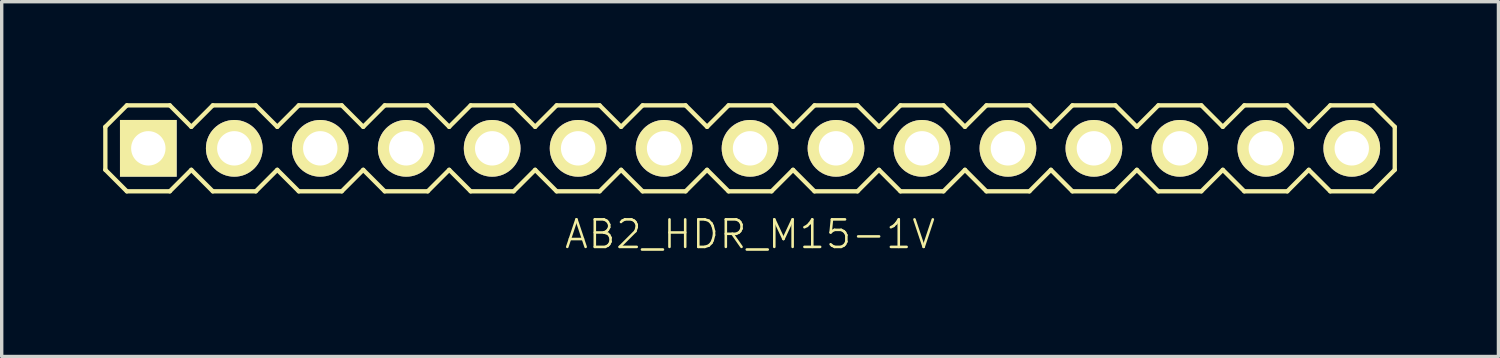
<source format=kicad_pcb>
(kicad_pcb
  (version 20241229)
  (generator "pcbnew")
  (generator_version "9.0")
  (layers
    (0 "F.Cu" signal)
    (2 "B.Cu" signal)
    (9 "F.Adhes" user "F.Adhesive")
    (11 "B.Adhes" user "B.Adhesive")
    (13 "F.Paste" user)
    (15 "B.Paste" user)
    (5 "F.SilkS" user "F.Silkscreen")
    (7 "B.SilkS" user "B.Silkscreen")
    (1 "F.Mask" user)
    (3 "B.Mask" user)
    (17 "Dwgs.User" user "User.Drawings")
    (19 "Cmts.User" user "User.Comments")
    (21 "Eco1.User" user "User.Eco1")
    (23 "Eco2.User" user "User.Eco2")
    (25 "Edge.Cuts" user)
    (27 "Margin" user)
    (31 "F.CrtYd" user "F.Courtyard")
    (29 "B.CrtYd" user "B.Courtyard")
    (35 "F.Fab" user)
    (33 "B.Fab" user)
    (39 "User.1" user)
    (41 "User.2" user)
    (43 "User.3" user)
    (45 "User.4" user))
  (footprint "AB2_HDR_M15-1V"
    (layer "F.Cu")
    (at 19.113 1.333)
    (property "Reference" "AB2_HDR_M15-1V" (at 0 2.54 0) (layer "F.SilkS") (effects (font (size 0.813 0.813) (thickness 0.076))))
    (attr through_hole)
    (fp_line (start -19.05 -0.635) (end -18.415 -1.27) (stroke (width 0.127) (type solid)) (layer "F.SilkS"))
    (fp_line (start -19.05 0.635) (end -19.05 -0.635) (stroke (width 0.127) (type solid)) (layer "F.SilkS"))
    (fp_line (start -18.415 -1.27) (end -17.145 -1.27) (stroke (width 0.127) (type solid)) (layer "F.SilkS"))
    (fp_line (start -18.415 1.27) (end -19.05 0.635) (stroke (width 0.127) (type solid)) (layer "F.SilkS"))
    (fp_line (start -17.145 -1.27) (end -16.51 -0.635) (stroke (width 0.127) (type solid)) (layer "F.SilkS"))
    (fp_line (start -17.145 1.27) (end -18.415 1.27) (stroke (width 0.127) (type solid)) (layer "F.SilkS"))
    (fp_line (start -16.51 -0.635) (end -15.875 -1.27) (stroke (width 0.127) (type solid)) (layer "F.SilkS"))
    (fp_line (start -16.51 0.635) (end -17.145 1.27) (stroke (width 0.127) (type solid)) (layer "F.SilkS"))
    (fp_line (start -15.875 -1.27) (end -14.605 -1.27) (stroke (width 0.127) (type solid)) (layer "F.SilkS"))
    (fp_line (start -15.875 1.27) (end -16.51 0.635) (stroke (width 0.127) (type solid)) (layer "F.SilkS"))
    (fp_line (start -14.605 -1.27) (end -13.97 -0.635) (stroke (width 0.127) (type solid)) (layer "F.SilkS"))
    (fp_line (start -14.605 1.27) (end -15.875 1.27) (stroke (width 0.127) (type solid)) (layer "F.SilkS"))
    (fp_line (start -13.97 -0.635) (end -13.335 -1.27) (stroke (width 0.127) (type solid)) (layer "F.SilkS"))
    (fp_line (start -13.97 0.635) (end -14.605 1.27) (stroke (width 0.127) (type solid)) (layer "F.SilkS"))
    (fp_line (start -13.335 -1.27) (end -12.065 -1.27) (stroke (width 0.127) (type solid)) (layer "F.SilkS"))
    (fp_line (start -13.335 1.27) (end -13.97 0.635) (stroke (width 0.127) (type solid)) (layer "F.SilkS"))
    (fp_line (start -12.065 -1.27) (end -11.43 -0.635) (stroke (width 0.127) (type solid)) (layer "F.SilkS"))
    (fp_line (start -12.065 1.27) (end -13.335 1.27) (stroke (width 0.127) (type solid)) (layer "F.SilkS"))
    (fp_line (start -11.43 -0.635) (end -10.795 -1.27) (stroke (width 0.127) (type solid)) (layer "F.SilkS"))
    (fp_line (start -11.43 0.635) (end -12.065 1.27) (stroke (width 0.127) (type solid)) (layer "F.SilkS"))
    (fp_line (start -10.795 -1.27) (end -9.525 -1.27) (stroke (width 0.127) (type solid)) (layer "F.SilkS"))
    (fp_line (start -10.795 1.27) (end -11.43 0.635) (stroke (width 0.127) (type solid)) (layer "F.SilkS"))
    (fp_line (start -9.525 -1.27) (end -8.89 -0.635) (stroke (width 0.127) (type solid)) (layer "F.SilkS"))
    (fp_line (start -9.525 1.27) (end -10.795 1.27) (stroke (width 0.127) (type solid)) (layer "F.SilkS"))
    (fp_line (start -8.89 -0.635) (end -8.255 -1.27) (stroke (width 0.127) (type solid)) (layer "F.SilkS"))
    (fp_line (start -8.89 0.635) (end -9.525 1.27) (stroke (width 0.127) (type solid)) (layer "F.SilkS"))
    (fp_line (start -8.255 -1.27) (end -6.985 -1.27) (stroke (width 0.127) (type solid)) (layer "F.SilkS"))
    (fp_line (start -8.255 1.27) (end -8.89 0.635) (stroke (width 0.127) (type solid)) (layer "F.SilkS"))
    (fp_line (start -6.985 -1.27) (end -6.35 -0.635) (stroke (width 0.127) (type solid)) (layer "F.SilkS"))
    (fp_line (start -6.985 1.27) (end -8.255 1.27) (stroke (width 0.127) (type solid)) (layer "F.SilkS"))
    (fp_line (start -6.35 -0.635) (end -5.715 -1.27) (stroke (width 0.127) (type solid)) (layer "F.SilkS"))
    (fp_line (start -6.35 0.635) (end -6.985 1.27) (stroke (width 0.127) (type solid)) (layer "F.SilkS"))
    (fp_line (start -5.715 -1.27) (end -4.445 -1.27) (stroke (width 0.127) (type solid)) (layer "F.SilkS"))
    (fp_line (start -5.715 1.27) (end -6.35 0.635) (stroke (width 0.127) (type solid)) (layer "F.SilkS"))
    (fp_line (start -4.445 -1.27) (end -3.81 -0.635) (stroke (width 0.127) (type solid)) (layer "F.SilkS"))
    (fp_line (start -4.445 1.27) (end -5.715 1.27) (stroke (width 0.127) (type solid)) (layer "F.SilkS"))
    (fp_line (start -3.81 -0.635) (end -3.175 -1.27) (stroke (width 0.127) (type solid)) (layer "F.SilkS"))
    (fp_line (start -3.81 0.635) (end -4.445 1.27) (stroke (width 0.127) (type solid)) (layer "F.SilkS"))
    (fp_line (start -3.175 -1.27) (end -1.905 -1.27) (stroke (width 0.127) (type solid)) (layer "F.SilkS"))
    (fp_line (start -3.175 1.27) (end -3.81 0.635) (stroke (width 0.127) (type solid)) (layer "F.SilkS"))
    (fp_line (start -1.905 -1.27) (end -1.27 -0.635) (stroke (width 0.127) (type solid)) (layer "F.SilkS"))
    (fp_line (start -1.905 1.27) (end -3.175 1.27) (stroke (width 0.127) (type solid)) (layer "F.SilkS"))
    (fp_line (start -1.27 -0.635) (end -0.635 -1.27) (stroke (width 0.127) (type solid)) (layer "F.SilkS"))
    (fp_line (start -1.27 0.635) (end -1.905 1.27) (stroke (width 0.127) (type solid)) (layer "F.SilkS"))
    (fp_line (start -0.635 -1.27) (end 0.635 -1.27) (stroke (width 0.127) (type solid)) (layer "F.SilkS"))
    (fp_line (start -0.635 1.27) (end -1.27 0.635) (stroke (width 0.127) (type solid)) (layer "F.SilkS"))
    (fp_line (start 0.635 -1.27) (end 1.27 -0.635) (stroke (width 0.127) (type solid)) (layer "F.SilkS"))
    (fp_line (start 0.635 1.27) (end -0.635 1.27) (stroke (width 0.127) (type solid)) (layer "F.SilkS"))
    (fp_line (start 1.27 -0.635) (end 1.905 -1.27) (stroke (width 0.127) (type solid)) (layer "F.SilkS"))
    (fp_line (start 1.27 0.635) (end 0.635 1.27) (stroke (width 0.127) (type solid)) (layer "F.SilkS"))
    (fp_line (start 1.905 -1.27) (end 3.175 -1.27) (stroke (width 0.127) (type solid)) (layer "F.SilkS"))
    (fp_line (start 1.905 1.27) (end 1.27 0.635) (stroke (width 0.127) (type solid)) (layer "F.SilkS"))
    (fp_line (start 3.175 -1.27) (end 3.81 -0.635) (stroke (width 0.127) (type solid)) (layer "F.SilkS"))
    (fp_line (start 3.175 1.27) (end 1.905 1.27) (stroke (width 0.127) (type solid)) (layer "F.SilkS"))
    (fp_line (start 3.81 -0.635) (end 4.445 -1.27) (stroke (width 0.127) (type solid)) (layer "F.SilkS"))
    (fp_line (start 3.81 0.635) (end 3.175 1.27) (stroke (width 0.127) (type solid)) (layer "F.SilkS"))
    (fp_line (start 4.445 -1.27) (end 5.715 -1.27) (stroke (width 0.127) (type solid)) (layer "F.SilkS"))
    (fp_line (start 4.445 1.27) (end 3.81 0.635) (stroke (width 0.127) (type solid)) (layer "F.SilkS"))
    (fp_line (start 5.715 -1.27) (end 6.35 -0.635) (stroke (width 0.127) (type solid)) (layer "F.SilkS"))
    (fp_line (start 5.715 1.27) (end 4.445 1.27) (stroke (width 0.127) (type solid)) (layer "F.SilkS"))
    (fp_line (start 6.35 -0.635) (end 6.985 -1.27) (stroke (width 0.127) (type solid)) (layer "F.SilkS"))
    (fp_line (start 6.35 0.635) (end 5.715 1.27) (stroke (width 0.127) (type solid)) (layer "F.SilkS"))
    (fp_line (start 6.985 -1.27) (end 8.255 -1.27) (stroke (width 0.127) (type solid)) (layer "F.SilkS"))
    (fp_line (start 6.985 1.27) (end 6.35 0.635) (stroke (width 0.127) (type solid)) (layer "F.SilkS"))
    (fp_line (start 8.255 -1.27) (end 8.89 -0.635) (stroke (width 0.127) (type solid)) (layer "F.SilkS"))
    (fp_line (start 8.255 1.27) (end 6.985 1.27) (stroke (width 0.127) (type solid)) (layer "F.SilkS"))
    (fp_line (start 8.89 -0.635) (end 9.525 -1.27) (stroke (width 0.127) (type solid)) (layer "F.SilkS"))
    (fp_line (start 8.89 0.635) (end 8.255 1.27) (stroke (width 0.127) (type solid)) (layer "F.SilkS"))
    (fp_line (start 9.525 -1.27) (end 10.795 -1.27) (stroke (width 0.127) (type solid)) (layer "F.SilkS"))
    (fp_line (start 9.525 1.27) (end 8.89 0.635) (stroke (width 0.127) (type solid)) (layer "F.SilkS"))
    (fp_line (start 10.795 -1.27) (end 11.43 -0.635) (stroke (width 0.127) (type solid)) (layer "F.SilkS"))
    (fp_line (start 10.795 1.27) (end 9.525 1.27) (stroke (width 0.127) (type solid)) (layer "F.SilkS"))
    (fp_line (start 11.43 -0.635) (end 12.065 -1.27) (stroke (width 0.127) (type solid)) (layer "F.SilkS"))
    (fp_line (start 11.43 0.635) (end 10.795 1.27) (stroke (width 0.127) (type solid)) (layer "F.SilkS"))
    (fp_line (start 12.065 -1.27) (end 13.335 -1.27) (stroke (width 0.127) (type solid)) (layer "F.SilkS"))
    (fp_line (start 12.065 1.27) (end 11.43 0.635) (stroke (width 0.127) (type solid)) (layer "F.SilkS"))
    (fp_line (start 13.335 -1.27) (end 13.97 -0.635) (stroke (width 0.127) (type solid)) (layer "F.SilkS"))
    (fp_line (start 13.335 1.27) (end 12.065 1.27) (stroke (width 0.127) (type solid)) (layer "F.SilkS"))
    (fp_line (start 13.97 -0.635) (end 14.605 -1.27) (stroke (width 0.127) (type solid)) (layer "F.SilkS"))
    (fp_line (start 13.97 0.635) (end 13.335 1.27) (stroke (width 0.127) (type solid)) (layer "F.SilkS"))
    (fp_line (start 14.605 -1.27) (end 15.875 -1.27) (stroke (width 0.127) (type solid)) (layer "F.SilkS"))
    (fp_line (start 14.605 1.27) (end 13.97 0.635) (stroke (width 0.127) (type solid)) (layer "F.SilkS"))
    (fp_line (start 15.875 -1.27) (end 16.51 -0.635) (stroke (width 0.127) (type solid)) (layer "F.SilkS"))
    (fp_line (start 15.875 1.27) (end 14.605 1.27) (stroke (width 0.127) (type solid)) (layer "F.SilkS"))
    (fp_line (start 16.51 -0.635) (end 17.145 -1.27) (stroke (width 0.127) (type solid)) (layer "F.SilkS"))
    (fp_line (start 16.51 0.635) (end 15.875 1.27) (stroke (width 0.127) (type solid)) (layer "F.SilkS"))
    (fp_line (start 17.145 -1.27) (end 18.415 -1.27) (stroke (width 0.127) (type solid)) (layer "F.SilkS"))
    (fp_line (start 17.145 1.27) (end 16.51 0.635) (stroke (width 0.127) (type solid)) (layer "F.SilkS"))
    (fp_line (start 18.415 -1.27) (end 19.05 -0.635) (stroke (width 0.127) (type solid)) (layer "F.SilkS"))
    (fp_line (start 18.415 1.27) (end 17.145 1.27) (stroke (width 0.127) (type solid)) (layer "F.SilkS"))
    (fp_line (start 19.05 -0.635) (end 19.05 0.635) (stroke (width 0.127) (type solid)) (layer "F.SilkS"))
    (fp_line (start 19.05 0.635) (end 18.415 1.27) (stroke (width 0.127) (type solid)) (layer "F.SilkS"))
    (pad "1" thru_hole rect (at -17.78 0) (size 1.676 1.676) (drill 1.016) (layers "*.Cu" "*.Mask" "F.SilkS"))
    (pad "2" thru_hole circle (at -15.24 0) (size 1.676 1.676) (drill 1.016) (layers "*.Cu" "*.Mask" "F.SilkS"))
    (pad "3" thru_hole circle (at -12.7 0) (size 1.676 1.676) (drill 1.016) (layers "*.Cu" "*.Mask" "F.SilkS"))
    (pad "4" thru_hole circle (at -10.16 0) (size 1.676 1.676) (drill 1.016) (layers "*.Cu" "*.Mask" "F.SilkS"))
    (pad "5" thru_hole circle (at -7.62 0) (size 1.676 1.676) (drill 1.016) (layers "*.Cu" "*.Mask" "F.SilkS"))
    (pad "6" thru_hole circle (at -5.08 0) (size 1.676 1.676) (drill 1.016) (layers "*.Cu" "*.Mask" "F.SilkS"))
    (pad "7" thru_hole circle (at -2.54 0) (size 1.676 1.676) (drill 1.016) (layers "*.Cu" "*.Mask" "F.SilkS"))
    (pad "8" thru_hole circle (at 0 0) (size 1.676 1.676) (drill 1.016) (layers "*.Cu" "*.Mask" "F.SilkS"))
    (pad "9" thru_hole circle (at 2.54 0) (size 1.676 1.676) (drill 1.016) (layers "*.Cu" "*.Mask" "F.SilkS"))
    (pad "10" thru_hole circle (at 5.08 0) (size 1.676 1.676) (drill 1.016) (layers "*.Cu" "*.Mask" "F.SilkS"))
    (pad "11" thru_hole circle (at 7.62 0) (size 1.676 1.676) (drill 1.016) (layers "*.Cu" "*.Mask" "F.SilkS"))
    (pad "12" thru_hole circle (at 10.16 0) (size 1.676 1.676) (drill 1.016) (layers "*.Cu" "*.Mask" "F.SilkS"))
    (pad "13" thru_hole circle (at 12.7 0) (size 1.676 1.676) (drill 1.016) (layers "*.Cu" "*.Mask" "F.SilkS"))
    (pad "14" thru_hole circle (at 15.24 0) (size 1.676 1.676) (drill 1.016) (layers "*.Cu" "*.Mask" "F.SilkS"))
    (pad "15" thru_hole circle (at 17.78 0) (size 1.676 1.676) (drill 1.016) (layers "*.Cu" "*.Mask" "F.SilkS")))
  (gr_rect
    (start -3 -3)
    (end 41.227 7.483)
    (stroke (width 0.1) (type default))
    (fill no)
    (layer "Edge.Cuts")))
</source>
